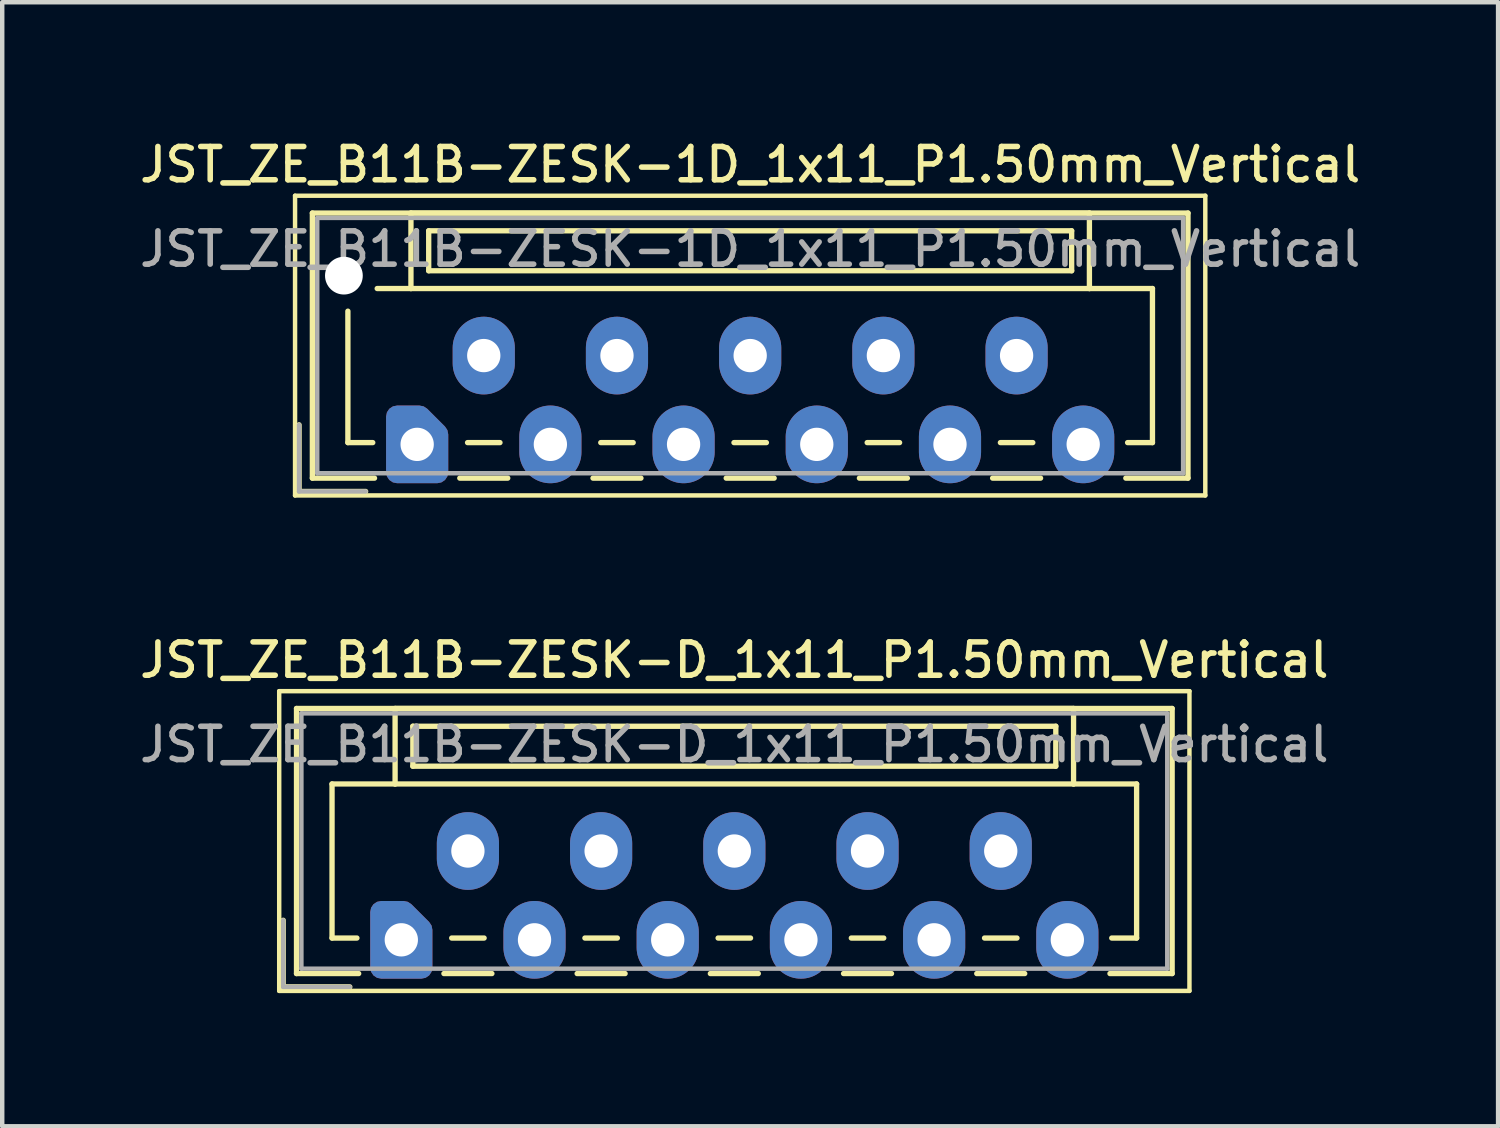
<source format=kicad_pcb>
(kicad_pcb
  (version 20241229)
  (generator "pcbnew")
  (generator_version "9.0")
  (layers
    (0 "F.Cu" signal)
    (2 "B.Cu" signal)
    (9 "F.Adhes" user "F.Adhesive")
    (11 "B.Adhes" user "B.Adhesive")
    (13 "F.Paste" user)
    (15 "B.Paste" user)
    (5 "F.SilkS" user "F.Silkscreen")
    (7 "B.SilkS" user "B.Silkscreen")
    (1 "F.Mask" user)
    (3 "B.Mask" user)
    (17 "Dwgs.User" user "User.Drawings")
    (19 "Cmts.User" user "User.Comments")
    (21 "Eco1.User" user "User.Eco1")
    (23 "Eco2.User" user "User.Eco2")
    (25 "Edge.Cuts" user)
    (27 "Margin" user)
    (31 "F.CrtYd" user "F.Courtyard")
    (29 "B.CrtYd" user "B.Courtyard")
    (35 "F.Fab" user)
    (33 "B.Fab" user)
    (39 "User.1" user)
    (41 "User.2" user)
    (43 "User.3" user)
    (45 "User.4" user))
  (footprint "JST_ZE_B11B-ZESK-D_1x11_P1.50mm_Vertical"
    (layer "F.Cu")
    (at 5.988 18.116)
    (property "Reference" "JST_ZE_B11B-ZESK-D_1x11_P1.50mm_Vertical" (at 7.5 -6.3 0) (layer "F.SilkS") (effects (font (size 0.75 0.75) (thickness 0.125))))
    (attr through_hole)
    (fp_line (start -2.75 -5.6) (end -2.75 1.15) (stroke (width 0.1) (type solid)) (layer "F.SilkS"))
    (fp_line (start -2.75 1.15) (end 17.75 1.15) (stroke (width 0.1) (type solid)) (layer "F.SilkS"))
    (fp_line (start -2.66 -0.44) (end -2.66 1.06) (stroke (width 0.12) (type solid)) (layer "F.SilkS"))
    (fp_line (start -2.66 1.06) (end -1.16 1.06) (stroke (width 0.12) (type solid)) (layer "F.SilkS"))
    (fp_line (start -2.36 -5.21) (end 17.36 -5.21) (stroke (width 0.12) (type solid)) (layer "F.SilkS"))
    (fp_line (start -2.36 0.76) (end -2.36 -5.21) (stroke (width 0.12) (type solid)) (layer "F.SilkS"))
    (fp_line (start -1.56 -3.51) (end -1.56 -0.04) (stroke (width 0.12) (type solid)) (layer "F.SilkS"))
    (fp_line (start -1.56 -0.04) (end -1 -0.04) (stroke (width 0.12) (type solid)) (layer "F.SilkS"))
    (fp_line (start -0.96 0.76) (end -2.36 0.76) (stroke (width 0.12) (type solid)) (layer "F.SilkS"))
    (fp_line (start -0.14 -5.21) (end -0.14 -3.51) (stroke (width 0.12) (type solid)) (layer "F.SilkS"))
    (fp_line (start -0.14 -3.51) (end -1.56 -3.51) (stroke (width 0.12) (type solid)) (layer "F.SilkS"))
    (fp_line (start -0.14 -3.51) (end 15.14 -3.51) (stroke (width 0.12) (type solid)) (layer "F.SilkS"))
    (fp_line (start 0.26 -4.81) (end 0.26 -3.91) (stroke (width 0.12) (type solid)) (layer "F.SilkS"))
    (fp_line (start 0.26 -3.91) (end 14.74 -3.91) (stroke (width 0.12) (type solid)) (layer "F.SilkS"))
    (fp_line (start 0.96 0.76) (end 2.04 0.76) (stroke (width 0.12) (type solid)) (layer "F.SilkS"))
    (fp_line (start 1.135 -0.04) (end 1.865 -0.04) (stroke (width 0.12) (type solid)) (layer "F.SilkS"))
    (fp_line (start 3.96 0.76) (end 5.04 0.76) (stroke (width 0.12) (type solid)) (layer "F.SilkS"))
    (fp_line (start 4.135 -0.04) (end 4.865 -0.04) (stroke (width 0.12) (type solid)) (layer "F.SilkS"))
    (fp_line (start 6.96 0.76) (end 8.04 0.76) (stroke (width 0.12) (type solid)) (layer "F.SilkS"))
    (fp_line (start 7.135 -0.04) (end 7.865 -0.04) (stroke (width 0.12) (type solid)) (layer "F.SilkS"))
    (fp_line (start 9.96 0.76) (end 11.04 0.76) (stroke (width 0.12) (type solid)) (layer "F.SilkS"))
    (fp_line (start 10.135 -0.04) (end 10.865 -0.04) (stroke (width 0.12) (type solid)) (layer "F.SilkS"))
    (fp_line (start 12.96 0.76) (end 14.04 0.76) (stroke (width 0.12) (type solid)) (layer "F.SilkS"))
    (fp_line (start 13.135 -0.04) (end 13.865 -0.04) (stroke (width 0.12) (type solid)) (layer "F.SilkS"))
    (fp_line (start 14.74 -4.81) (end 0.26 -4.81) (stroke (width 0.12) (type solid)) (layer "F.SilkS"))
    (fp_line (start 14.74 -3.91) (end 14.74 -4.81) (stroke (width 0.12) (type solid)) (layer "F.SilkS"))
    (fp_line (start 15.14 -5.21) (end -0.14 -5.21) (stroke (width 0.12) (type solid)) (layer "F.SilkS"))
    (fp_line (start 15.14 -3.51) (end 15.14 -5.21) (stroke (width 0.12) (type solid)) (layer "F.SilkS"))
    (fp_line (start 15.14 -3.51) (end 16.56 -3.51) (stroke (width 0.12) (type solid)) (layer "F.SilkS"))
    (fp_line (start 16.56 -3.51) (end 16.56 -0.04) (stroke (width 0.12) (type solid)) (layer "F.SilkS"))
    (fp_line (start 16.56 -0.04) (end 16 -0.04) (stroke (width 0.12) (type solid)) (layer "F.SilkS"))
    (fp_line (start 17.36 -5.21) (end 17.36 0.76) (stroke (width 0.12) (type solid)) (layer "F.SilkS"))
    (fp_line (start 17.36 0.76) (end 15.96 0.76) (stroke (width 0.12) (type solid)) (layer "F.SilkS"))
    (fp_line (start 17.75 -5.6) (end -2.75 -5.6) (stroke (width 0.1) (type solid)) (layer "F.SilkS"))
    (fp_line (start 17.75 1.15) (end 17.75 -5.6) (stroke (width 0.1) (type solid)) (layer "F.SilkS"))
    (fp_line (start -2.66 -0.44) (end -2.66 1.06) (stroke (width 0.1) (type solid)) (layer "F.Fab"))
    (fp_line (start -2.66 1.06) (end -1.16 1.06) (stroke (width 0.1) (type solid)) (layer "F.Fab"))
    (fp_line (start -2.25 -5.1) (end -2.25 0.65) (stroke (width 0.1) (type solid)) (layer "F.Fab"))
    (fp_line (start -2.25 0.65) (end 17.25 0.65) (stroke (width 0.1) (type solid)) (layer "F.Fab"))
    (fp_line (start 17.25 -5.1) (end -2.25 -5.1) (stroke (width 0.1) (type solid)) (layer "F.Fab"))
    (fp_line (start 17.25 0.65) (end 17.25 -5.1) (stroke (width 0.1) (type solid)) (layer "F.Fab"))
    (fp_text user "${REFERENCE}" (at 7.5 -4.4 0) (layer "F.Fab") (effects (font (size 0.75 0.75) (thickness 0.125))))
    (pad "1" thru_hole custom (at 0 0) (size 1.117 1.117) (drill 0.75) (layers "*.Cu" "*.Mask") (options (anchor circle)) (primitives (gr_poly (pts (xy 0.45 -0.225) (xy 0.45 0.625) (xy -0.45 0.625) (xy -0.45 -0.625) (xy 0.05 -0.625)) (width 0.5) (fill yes))))
    (pad "2" thru_hole oval (at 1.5 -2) (size 1.4 1.75) (drill 0.75) (layers "*.Cu" "*.Mask"))
    (pad "3" thru_hole oval (at 3 0) (size 1.4 1.75) (drill 0.75) (layers "*.Cu" "*.Mask"))
    (pad "4" thru_hole oval (at 4.5 -2) (size 1.4 1.75) (drill 0.75) (layers "*.Cu" "*.Mask"))
    (pad "5" thru_hole oval (at 6 0) (size 1.4 1.75) (drill 0.75) (layers "*.Cu" "*.Mask"))
    (pad "6" thru_hole oval (at 7.5 -2) (size 1.4 1.75) (drill 0.75) (layers "*.Cu" "*.Mask"))
    (pad "7" thru_hole oval (at 9 0) (size 1.4 1.75) (drill 0.75) (layers "*.Cu" "*.Mask"))
    (pad "8" thru_hole oval (at 10.5 -2) (size 1.4 1.75) (drill 0.75) (layers "*.Cu" "*.Mask"))
    (pad "9" thru_hole oval (at 12 0) (size 1.4 1.75) (drill 0.75) (layers "*.Cu" "*.Mask"))
    (pad "10" thru_hole oval (at 13.5 -2) (size 1.4 1.75) (drill 0.75) (layers "*.Cu" "*.Mask"))
    (pad "11" thru_hole oval (at 15 0) (size 1.4 1.75) (drill 0.75) (layers "*.Cu" "*.Mask")))
  (footprint "JST_ZE_B11B-ZESK-1D_1x11_P1.50mm_Vertical"
    (layer "F.Cu")
    (at 6.345 6.958)
    (property "Reference" "JST_ZE_B11B-ZESK-1D_1x11_P1.50mm_Vertical" (at 7.5 -6.3 0) (layer "F.SilkS") (effects (font (size 0.75 0.75) (thickness 0.125))))
    (attr through_hole)
    (fp_line (start -2.75 -5.6) (end -2.75 1.15) (stroke (width 0.1) (type solid)) (layer "F.SilkS"))
    (fp_line (start -2.75 1.15) (end 17.75 1.15) (stroke (width 0.1) (type solid)) (layer "F.SilkS"))
    (fp_line (start -2.66 -0.44) (end -2.66 1.06) (stroke (width 0.12) (type solid)) (layer "F.SilkS"))
    (fp_line (start -2.66 1.06) (end -1.16 1.06) (stroke (width 0.12) (type solid)) (layer "F.SilkS"))
    (fp_line (start -2.36 -5.21) (end 17.36 -5.21) (stroke (width 0.12) (type solid)) (layer "F.SilkS"))
    (fp_line (start -2.36 0.76) (end -2.36 -5.21) (stroke (width 0.12) (type solid)) (layer "F.SilkS"))
    (fp_line (start -1.56 -3) (end -1.56 -0.04) (stroke (width 0.12) (type solid)) (layer "F.SilkS"))
    (fp_line (start -1.56 -0.04) (end -1 -0.04) (stroke (width 0.12) (type solid)) (layer "F.SilkS"))
    (fp_line (start -0.96 0.76) (end -2.36 0.76) (stroke (width 0.12) (type solid)) (layer "F.SilkS"))
    (fp_line (start -0.14 -5.21) (end -0.14 -3.51) (stroke (width 0.12) (type solid)) (layer "F.SilkS"))
    (fp_line (start -0.14 -3.51) (end -0.9 -3.51) (stroke (width 0.12) (type solid)) (layer "F.SilkS"))
    (fp_line (start -0.14 -3.51) (end 15.14 -3.51) (stroke (width 0.12) (type solid)) (layer "F.SilkS"))
    (fp_line (start 0.26 -4.81) (end 0.26 -3.91) (stroke (width 0.12) (type solid)) (layer "F.SilkS"))
    (fp_line (start 0.26 -3.91) (end 14.74 -3.91) (stroke (width 0.12) (type solid)) (layer "F.SilkS"))
    (fp_line (start 0.96 0.76) (end 2.04 0.76) (stroke (width 0.12) (type solid)) (layer "F.SilkS"))
    (fp_line (start 1.135 -0.04) (end 1.865 -0.04) (stroke (width 0.12) (type solid)) (layer "F.SilkS"))
    (fp_line (start 3.96 0.76) (end 5.04 0.76) (stroke (width 0.12) (type solid)) (layer "F.SilkS"))
    (fp_line (start 4.135 -0.04) (end 4.865 -0.04) (stroke (width 0.12) (type solid)) (layer "F.SilkS"))
    (fp_line (start 6.96 0.76) (end 8.04 0.76) (stroke (width 0.12) (type solid)) (layer "F.SilkS"))
    (fp_line (start 7.135 -0.04) (end 7.865 -0.04) (stroke (width 0.12) (type solid)) (layer "F.SilkS"))
    (fp_line (start 9.96 0.76) (end 11.04 0.76) (stroke (width 0.12) (type solid)) (layer "F.SilkS"))
    (fp_line (start 10.135 -0.04) (end 10.865 -0.04) (stroke (width 0.12) (type solid)) (layer "F.SilkS"))
    (fp_line (start 12.96 0.76) (end 14.04 0.76) (stroke (width 0.12) (type solid)) (layer "F.SilkS"))
    (fp_line (start 13.135 -0.04) (end 13.865 -0.04) (stroke (width 0.12) (type solid)) (layer "F.SilkS"))
    (fp_line (start 14.74 -4.81) (end 0.26 -4.81) (stroke (width 0.12) (type solid)) (layer "F.SilkS"))
    (fp_line (start 14.74 -3.91) (end 14.74 -4.81) (stroke (width 0.12) (type solid)) (layer "F.SilkS"))
    (fp_line (start 15.14 -5.21) (end -0.14 -5.21) (stroke (width 0.12) (type solid)) (layer "F.SilkS"))
    (fp_line (start 15.14 -3.51) (end 15.14 -5.21) (stroke (width 0.12) (type solid)) (layer "F.SilkS"))
    (fp_line (start 15.14 -3.51) (end 16.56 -3.51) (stroke (width 0.12) (type solid)) (layer "F.SilkS"))
    (fp_line (start 16.56 -3.51) (end 16.56 -0.04) (stroke (width 0.12) (type solid)) (layer "F.SilkS"))
    (fp_line (start 16.56 -0.04) (end 16 -0.04) (stroke (width 0.12) (type solid)) (layer "F.SilkS"))
    (fp_line (start 17.36 -5.21) (end 17.36 0.76) (stroke (width 0.12) (type solid)) (layer "F.SilkS"))
    (fp_line (start 17.36 0.76) (end 15.96 0.76) (stroke (width 0.12) (type solid)) (layer "F.SilkS"))
    (fp_line (start 17.75 -5.6) (end -2.75 -5.6) (stroke (width 0.1) (type solid)) (layer "F.SilkS"))
    (fp_line (start 17.75 1.15) (end 17.75 -5.6) (stroke (width 0.1) (type solid)) (layer "F.SilkS"))
    (fp_line (start -2.66 -0.44) (end -2.66 1.06) (stroke (width 0.1) (type solid)) (layer "F.Fab"))
    (fp_line (start -2.66 1.06) (end -1.16 1.06) (stroke (width 0.1) (type solid)) (layer "F.Fab"))
    (fp_line (start -2.25 -5.1) (end -2.25 0.65) (stroke (width 0.1) (type solid)) (layer "F.Fab"))
    (fp_line (start -2.25 0.65) (end 17.25 0.65) (stroke (width 0.1) (type solid)) (layer "F.Fab"))
    (fp_line (start 17.25 -5.1) (end -2.25 -5.1) (stroke (width 0.1) (type solid)) (layer "F.Fab"))
    (fp_line (start 17.25 0.65) (end 17.25 -5.1) (stroke (width 0.1) (type solid)) (layer "F.Fab"))
    (fp_text user "${REFERENCE}" (at 7.5 -4.4 0) (layer "F.Fab") (effects (font (size 0.75 0.75) (thickness 0.125))))
    (pad "" np_thru_hole circle (at -1.65 -3.8) (size 0.85 0.85) (drill 0.85) (layers "*.Cu" "*.Mask"))
    (pad "1" thru_hole custom (at 0 0) (size 1.117 1.117) (drill 0.75) (layers "*.Cu" "*.Mask") (options (anchor circle)) (primitives (gr_poly (pts (xy 0.45 -0.225) (xy 0.45 0.625) (xy -0.45 0.625) (xy -0.45 -0.625) (xy 0.05 -0.625)) (width 0.5) (fill yes))))
    (pad "2" thru_hole oval (at 1.5 -2) (size 1.4 1.75) (drill 0.75) (layers "*.Cu" "*.Mask"))
    (pad "3" thru_hole oval (at 3 0) (size 1.4 1.75) (drill 0.75) (layers "*.Cu" "*.Mask"))
    (pad "4" thru_hole oval (at 4.5 -2) (size 1.4 1.75) (drill 0.75) (layers "*.Cu" "*.Mask"))
    (pad "5" thru_hole oval (at 6 0) (size 1.4 1.75) (drill 0.75) (layers "*.Cu" "*.Mask"))
    (pad "6" thru_hole oval (at 7.5 -2) (size 1.4 1.75) (drill 0.75) (layers "*.Cu" "*.Mask"))
    (pad "7" thru_hole oval (at 9 0) (size 1.4 1.75) (drill 0.75) (layers "*.Cu" "*.Mask"))
    (pad "8" thru_hole oval (at 10.5 -2) (size 1.4 1.75) (drill 0.75) (layers "*.Cu" "*.Mask"))
    (pad "9" thru_hole oval (at 12 0) (size 1.4 1.75) (drill 0.75) (layers "*.Cu" "*.Mask"))
    (pad "10" thru_hole oval (at 13.5 -2) (size 1.4 1.75) (drill 0.75) (layers "*.Cu" "*.Mask"))
    (pad "11" thru_hole oval (at 15 0) (size 1.4 1.75) (drill 0.75) (layers "*.Cu" "*.Mask")))
  (gr_rect
    (start -3 -3)
    (end 30.689 22.316)
    (stroke (width 0.1) (type default))
    (fill no)
    (layer "Edge.Cuts")))
</source>
